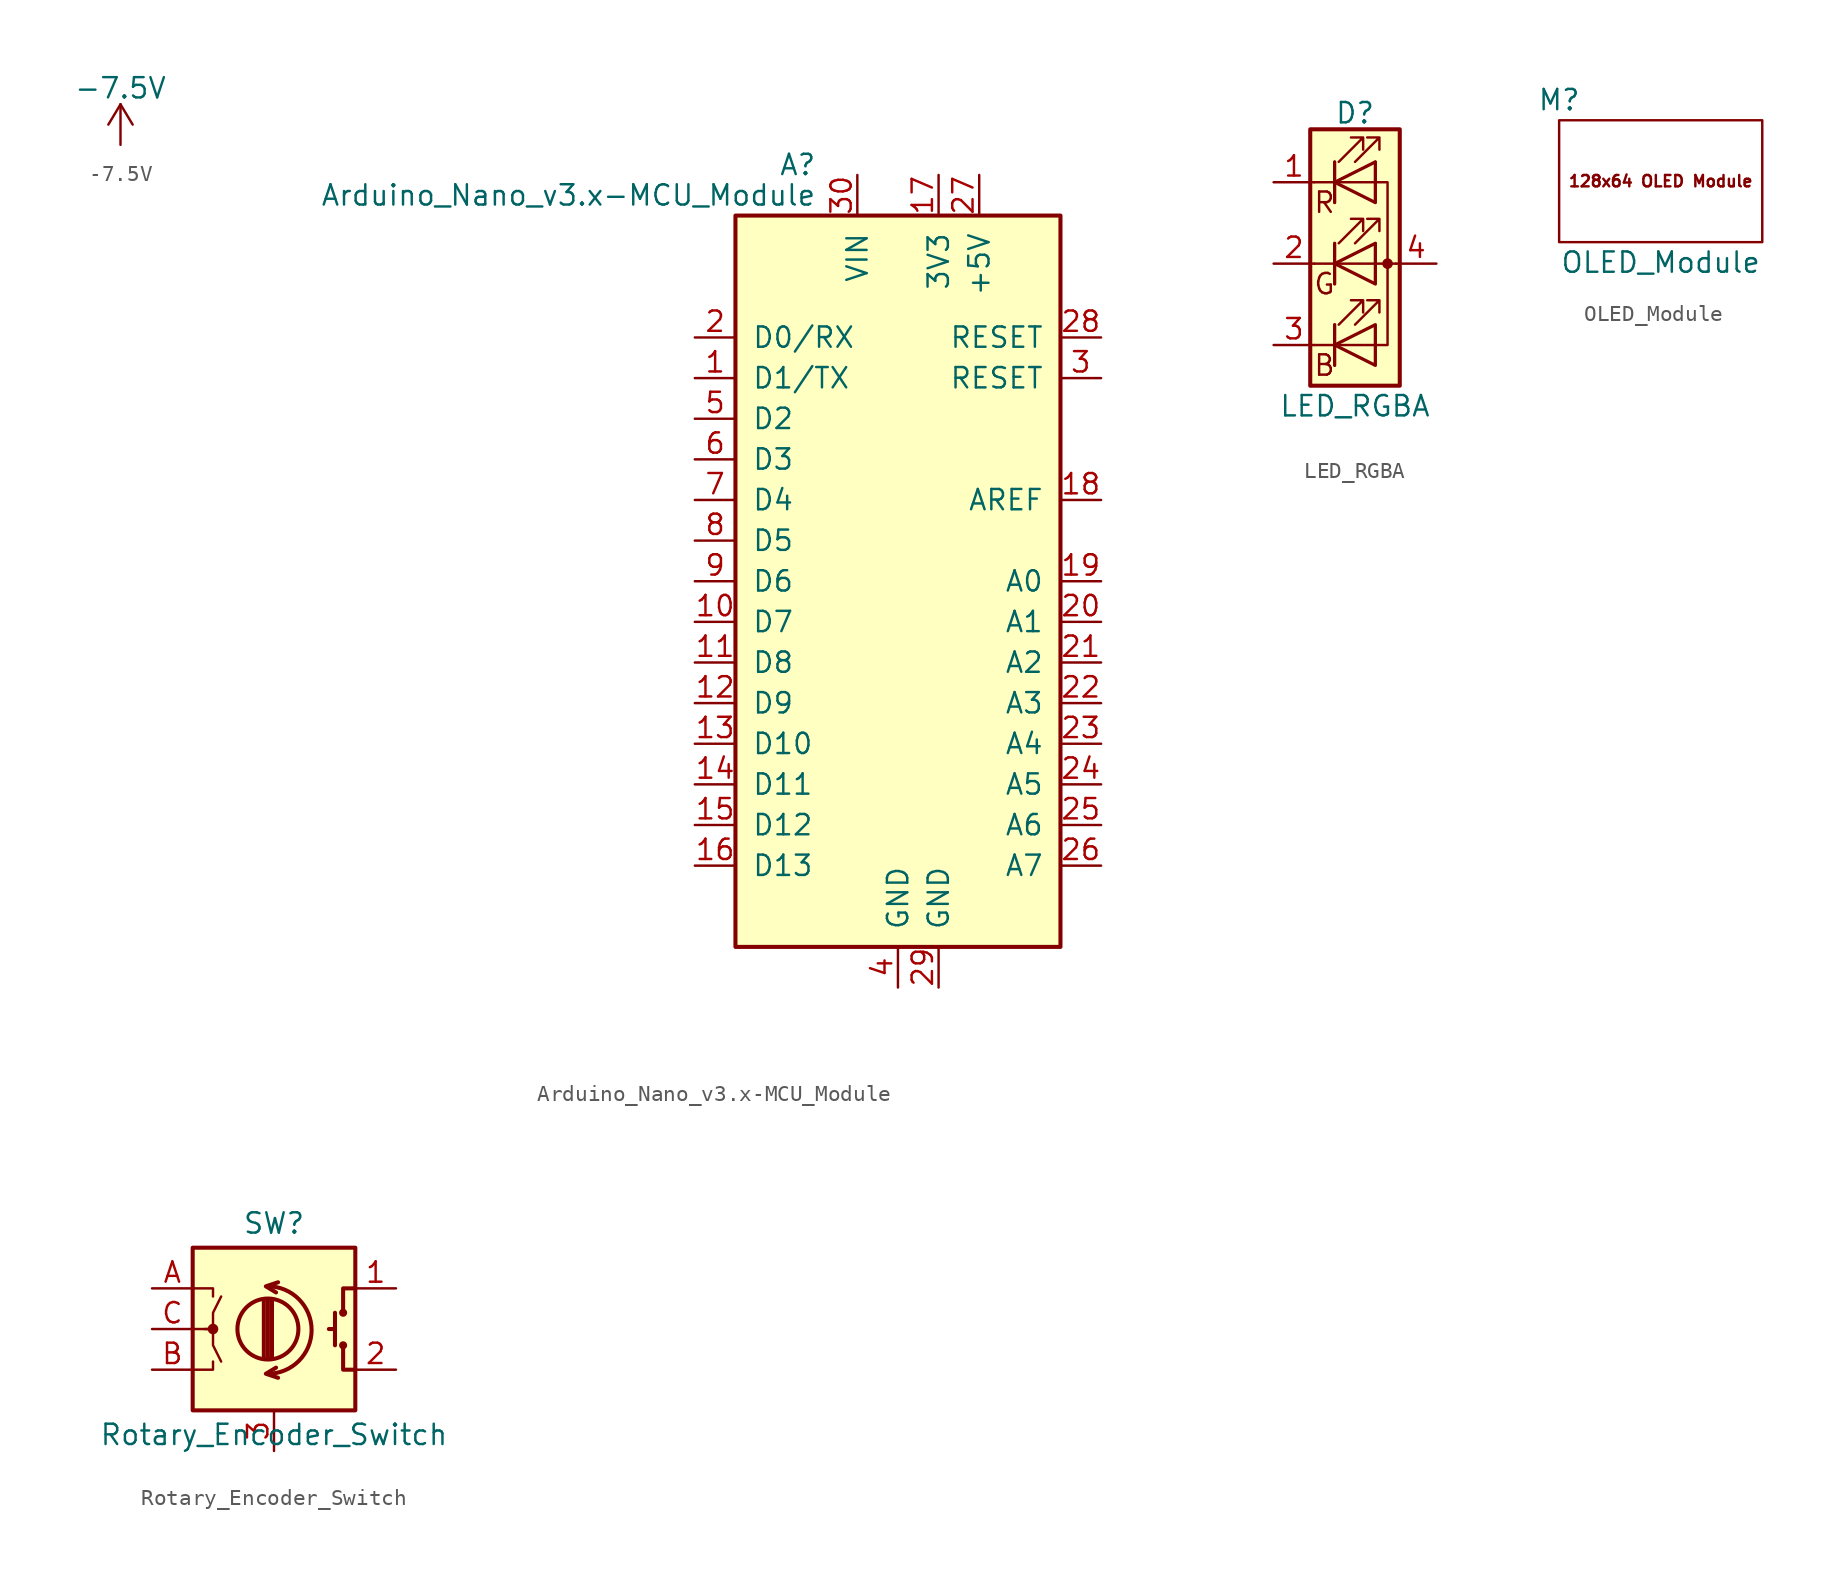
<source format=kicad_sym>
(kicad_symbol_lib
  (version 20211014)
  (generator kicad_symbol_editor)
  (symbol "-7.5V"
    (power)
    (pin_names
      (offset 0))
    (property "Reference" "#PWR"
      (at 0 -3.81 0)
      (effects (font (size 1.27 1.27)) hide))
    (property "Value" "-7.5V"
      (at 0 3.556 0)
      (effects (font (size 1.27 1.27))))
    (symbol "-7.5V_0_1"
      (polyline (pts (xy -0.762 1.27) (xy 0 2.54)) (stroke (width 0) (type default) (color 0 0 0 0)) (fill (type none)))
      (polyline (pts (xy 0 0) (xy 0 2.54)) (stroke (width 0) (type default) (color 0 0 0 0)) (fill (type none)))
      (polyline (pts (xy 0 2.54) (xy 0.762 1.27)) (stroke (width 0) (type default) (color 0 0 0 0)) (fill (type none))))
    (symbol "-7.5V_1_1"
      (pin power_in line (at 0 0 90) (length 0) hide (name "-7.5V" (effects (font (size 1.27 1.27)))) (number "1" (effects (font (size 1.27 1.27)))))))
  (symbol "Arduino_Nano_v3.x-MCU_Module"
    (pin_names
      (offset 1.016))
    (property "Reference" "A"
      (at -5.08 26.035 0)
      (effects (font (size 1.27 1.27)) (justify right)))
    (property "Value" "Arduino_Nano_v3.x-MCU_Module"
      (at -5.08 24.13 0)
      (effects (font (size 1.27 1.27)) (justify right)))
    (symbol "Arduino_Nano_v3.x-MCU_Module_0_1"
      (rectangle (start -10.16 22.86) (end 10.16 -22.86) (stroke (width 0.254) (type default) (color 0 0 0 0)) (fill (type background))))
    (symbol "Arduino_Nano_v3.x-MCU_Module_1_1"
      (pin bidirectional line (at -12.7 12.7 0) (length 2.54) (name "D1/TX" (effects (font (size 1.27 1.27)))) (number "1" (effects (font (size 1.27 1.27)))))
      (pin bidirectional line (at -12.7 -2.54 0) (length 2.54) (name "D7" (effects (font (size 1.27 1.27)))) (number "10" (effects (font (size 1.27 1.27)))))
      (pin bidirectional line (at -12.7 -5.08 0) (length 2.54) (name "D8" (effects (font (size 1.27 1.27)))) (number "11" (effects (font (size 1.27 1.27)))))
      (pin bidirectional line (at -12.7 -7.62 0) (length 2.54) (name "D9" (effects (font (size 1.27 1.27)))) (number "12" (effects (font (size 1.27 1.27)))))
      (pin bidirectional line (at -12.7 -10.16 0) (length 2.54) (name "D10" (effects (font (size 1.27 1.27)))) (number "13" (effects (font (size 1.27 1.27)))))
      (pin bidirectional line (at -12.7 -12.7 0) (length 2.54) (name "D11" (effects (font (size 1.27 1.27)))) (number "14" (effects (font (size 1.27 1.27)))))
      (pin bidirectional line (at -12.7 -15.24 0) (length 2.54) (name "D12" (effects (font (size 1.27 1.27)))) (number "15" (effects (font (size 1.27 1.27)))))
      (pin bidirectional line (at -12.7 -17.78 0) (length 2.54) (name "D13" (effects (font (size 1.27 1.27)))) (number "16" (effects (font (size 1.27 1.27)))))
      (pin power_out line (at 2.54 25.4 270) (length 2.54) (name "3V3" (effects (font (size 1.27 1.27)))) (number "17" (effects (font (size 1.27 1.27)))))
      (pin input line (at 12.7 5.08 180) (length 2.54) (name "AREF" (effects (font (size 1.27 1.27)))) (number "18" (effects (font (size 1.27 1.27)))))
      (pin bidirectional line (at 12.7 0 180) (length 2.54) (name "A0" (effects (font (size 1.27 1.27)))) (number "19" (effects (font (size 1.27 1.27)))))
      (pin bidirectional line (at -12.7 15.24 0) (length 2.54) (name "D0/RX" (effects (font (size 1.27 1.27)))) (number "2" (effects (font (size 1.27 1.27)))))
      (pin bidirectional line (at 12.7 -2.54 180) (length 2.54) (name "A1" (effects (font (size 1.27 1.27)))) (number "20" (effects (font (size 1.27 1.27)))))
      (pin bidirectional line (at 12.7 -5.08 180) (length 2.54) (name "A2" (effects (font (size 1.27 1.27)))) (number "21" (effects (font (size 1.27 1.27)))))
      (pin bidirectional line (at 12.7 -7.62 180) (length 2.54) (name "A3" (effects (font (size 1.27 1.27)))) (number "22" (effects (font (size 1.27 1.27)))))
      (pin bidirectional line (at 12.7 -10.16 180) (length 2.54) (name "A4" (effects (font (size 1.27 1.27)))) (number "23" (effects (font (size 1.27 1.27)))))
      (pin bidirectional line (at 12.7 -12.7 180) (length 2.54) (name "A5" (effects (font (size 1.27 1.27)))) (number "24" (effects (font (size 1.27 1.27)))))
      (pin bidirectional line (at 12.7 -15.24 180) (length 2.54) (name "A6" (effects (font (size 1.27 1.27)))) (number "25" (effects (font (size 1.27 1.27)))))
      (pin bidirectional line (at 12.7 -17.78 180) (length 2.54) (name "A7" (effects (font (size 1.27 1.27)))) (number "26" (effects (font (size 1.27 1.27)))))
      (pin power_out line (at 5.08 25.4 270) (length 2.54) (name "+5V" (effects (font (size 1.27 1.27)))) (number "27" (effects (font (size 1.27 1.27)))))
      (pin input line (at 12.7 15.24 180) (length 2.54) (name "RESET" (effects (font (size 1.27 1.27)))) (number "28" (effects (font (size 1.27 1.27)))))
      (pin power_in line (at 2.54 -25.4 90) (length 2.54) (name "GND" (effects (font (size 1.27 1.27)))) (number "29" (effects (font (size 1.27 1.27)))))
      (pin input line (at 12.7 12.7 180) (length 2.54) (name "RESET" (effects (font (size 1.27 1.27)))) (number "3" (effects (font (size 1.27 1.27)))))
      (pin power_in line (at -2.54 25.4 270) (length 2.54) (name "VIN" (effects (font (size 1.27 1.27)))) (number "30" (effects (font (size 1.27 1.27)))))
      (pin power_in line (at 0 -25.4 90) (length 2.54) (name "GND" (effects (font (size 1.27 1.27)))) (number "4" (effects (font (size 1.27 1.27)))))
      (pin bidirectional line (at -12.7 10.16 0) (length 2.54) (name "D2" (effects (font (size 1.27 1.27)))) (number "5" (effects (font (size 1.27 1.27)))))
      (pin bidirectional line (at -12.7 7.62 0) (length 2.54) (name "D3" (effects (font (size 1.27 1.27)))) (number "6" (effects (font (size 1.27 1.27)))))
      (pin bidirectional line (at -12.7 5.08 0) (length 2.54) (name "D4" (effects (font (size 1.27 1.27)))) (number "7" (effects (font (size 1.27 1.27)))))
      (pin bidirectional line (at -12.7 2.54 0) (length 2.54) (name "D5" (effects (font (size 1.27 1.27)))) (number "8" (effects (font (size 1.27 1.27)))))
      (pin bidirectional line (at -12.7 0 0) (length 2.54) (name "D6" (effects (font (size 1.27 1.27)))) (number "9" (effects (font (size 1.27 1.27)))))))
  (symbol "LED_RGBA"
    (pin_names
      (offset 0) hide)
    (property "Reference" "D"
      (at 0 9.398 0)
      (effects (font (size 1.27 1.27))))
    (property "Value" "LED_RGBA"
      (at 0 -8.89 0)
      (effects (font (size 1.27 1.27))))
    (symbol "LED_RGBA_0_0"
      (text "B" (at -1.905 -6.35 0) (effects (font (size 1.27 1.27))))
      (text "G" (at -1.905 -1.27 0) (effects (font (size 1.27 1.27))))
      (text "R" (at -1.905 3.81 0) (effects (font (size 1.27 1.27)))))
    (symbol "LED_RGBA_0_1"
      (polyline (pts (xy -1.27 -5.08) (xy -2.54 -5.08)) (stroke (width 0) (type default) (color 0 0 0 0)) (fill (type none)))
      (polyline (pts (xy -1.27 -5.08) (xy 1.27 -5.08)) (stroke (width 0) (type default) (color 0 0 0 0)) (fill (type none)))
      (polyline (pts (xy -1.27 -3.81) (xy -1.27 -6.35)) (stroke (width 0) (type default) (color 0 0 0 0)) (fill (type none)))
      (polyline (pts (xy -1.27 -3.81) (xy -1.27 -6.35)) (stroke (width 0.203) (type default) (color 0 0 0 0)) (fill (type none)))
      (polyline (pts (xy -1.27 0) (xy -2.54 0)) (stroke (width 0) (type default) (color 0 0 0 0)) (fill (type none)))
      (polyline (pts (xy -1.27 0) (xy 1.27 0)) (stroke (width 0) (type default) (color 0 0 0 0)) (fill (type none)))
      (polyline (pts (xy -1.27 1.27) (xy -1.27 -1.27)) (stroke (width 0.203) (type default) (color 0 0 0 0)) (fill (type none)))
      (polyline (pts (xy -1.27 5.08) (xy -2.54 5.08)) (stroke (width 0) (type default) (color 0 0 0 0)) (fill (type none)))
      (polyline (pts (xy -1.27 6.35) (xy -1.27 3.81)) (stroke (width 0.203) (type default) (color 0 0 0 0)) (fill (type none)))
      (polyline (pts (xy 1.27 0) (xy 2.54 0)) (stroke (width 0) (type default) (color 0 0 0 0)) (fill (type none)))
      (polyline (pts (xy 1.27 5.08) (xy -1.27 5.08)) (stroke (width 0) (type default) (color 0 0 0 0)) (fill (type none)))
      (polyline (pts (xy -1.27 1.27) (xy -1.27 -1.27) (xy -1.27 -1.27)) (stroke (width 0) (type default) (color 0 0 0 0)) (fill (type none)))
      (polyline (pts (xy -1.27 6.35) (xy -1.27 3.81) (xy -1.27 3.81)) (stroke (width 0) (type default) (color 0 0 0 0)) (fill (type none)))
      (polyline (pts (xy 1.27 -5.08) (xy 2.032 -5.08) (xy 2.032 5.08) (xy 1.27 5.08)) (stroke (width 0) (type default) (color 0 0 0 0)) (fill (type none)))
      (polyline (pts (xy 1.27 -3.81) (xy 1.27 -6.35) (xy -1.27 -5.08) (xy 1.27 -3.81)) (stroke (width 0.203) (type default) (color 0 0 0 0)) (fill (type none)))
      (polyline (pts (xy 1.27 1.27) (xy 1.27 -1.27) (xy -1.27 0) (xy 1.27 1.27)) (stroke (width 0.203) (type default) (color 0 0 0 0)) (fill (type none)))
      (polyline (pts (xy 1.27 6.35) (xy 1.27 3.81) (xy -1.27 5.08) (xy 1.27 6.35)) (stroke (width 0.203) (type default) (color 0 0 0 0)) (fill (type none)))
      (polyline (pts (xy -1.016 -3.81) (xy 0.508 -2.286) (xy -0.254 -2.286) (xy 0.508 -2.286) (xy 0.508 -3.048)) (stroke (width 0) (type default) (color 0 0 0 0)) (fill (type none)))
      (polyline (pts (xy -1.016 1.27) (xy 0.508 2.794) (xy -0.254 2.794) (xy 0.508 2.794) (xy 0.508 2.032)) (stroke (width 0) (type default) (color 0 0 0 0)) (fill (type none)))
      (polyline (pts (xy -1.016 6.35) (xy 0.508 7.874) (xy -0.254 7.874) (xy 0.508 7.874) (xy 0.508 7.112)) (stroke (width 0) (type default) (color 0 0 0 0)) (fill (type none)))
      (polyline (pts (xy 0 -3.81) (xy 1.524 -2.286) (xy 0.762 -2.286) (xy 1.524 -2.286) (xy 1.524 -3.048)) (stroke (width 0) (type default) (color 0 0 0 0)) (fill (type none)))
      (polyline (pts (xy 0 1.27) (xy 1.524 2.794) (xy 0.762 2.794) (xy 1.524 2.794) (xy 1.524 2.032)) (stroke (width 0) (type default) (color 0 0 0 0)) (fill (type none)))
      (polyline (pts (xy 0 6.35) (xy 1.524 7.874) (xy 0.762 7.874) (xy 1.524 7.874) (xy 1.524 7.112)) (stroke (width 0) (type default) (color 0 0 0 0)) (fill (type none)))
      (rectangle (start 1.27 -1.27) (end 1.27 1.27) (stroke (width 0) (type default) (color 0 0 0 0)) (fill (type none)))
      (rectangle (start 1.27 1.27) (end 1.27 1.27) (stroke (width 0) (type default) (color 0 0 0 0)) (fill (type none)))
      (rectangle (start 1.27 3.81) (end 1.27 6.35) (stroke (width 0) (type default) (color 0 0 0 0)) (fill (type none)))
      (rectangle (start 1.27 6.35) (end 1.27 6.35) (stroke (width 0) (type default) (color 0 0 0 0)) (fill (type none)))
      (circle (center 2.032 0) (radius 0.254) (stroke (width 0) (type default) (color 0 0 0 0)) (fill (type outline)))
      (rectangle (start 2.794 8.382) (end -2.794 -7.62) (stroke (width 0.254) (type default) (color 0 0 0 0)) (fill (type background))))
    (symbol "LED_RGBA_1_1"
      (pin passive line (at -5.08 5.08 0) (length 2.54) (name "RK" (effects (font (size 1.27 1.27)))) (number "1" (effects (font (size 1.27 1.27)))))
      (pin passive line (at -5.08 0 0) (length 2.54) (name "GK" (effects (font (size 1.27 1.27)))) (number "2" (effects (font (size 1.27 1.27)))))
      (pin passive line (at -5.08 -5.08 0) (length 2.54) (name "BK" (effects (font (size 1.27 1.27)))) (number "3" (effects (font (size 1.27 1.27)))))
      (pin passive line (at 5.08 0 180) (length 2.54) (name "A" (effects (font (size 1.27 1.27)))) (number "4" (effects (font (size 1.27 1.27)))))))
  (symbol "OLED_Module"
    (pin_names
      (offset 1.016))
    (property "Reference" "M"
      (at -6.35 10.16 0)
      (effects (font (size 1.27 1.27))))
    (property "Value" "OLED_Module"
      (at 0 0 0)
      (effects (font (size 1.27 1.27))))
    (symbol "OLED_Module_0_0"
      (text "128x64 OLED Module" (at 0 5.08 0) (effects (font (size 0.711 0.711)))))
    (symbol "OLED_Module_0_1"
      (rectangle (start -6.35 8.89) (end 6.35 1.27) (stroke (width 0) (type default) (color 0 0 0 0)) (fill (type none)))))
  (symbol "Rotary_Encoder_Switch"
    (pin_names
      (offset 0.254) hide)
    (property "Reference" "SW"
      (at 0 6.604 0)
      (effects (font (size 1.27 1.27))))
    (property "Value" "Rotary_Encoder_Switch"
      (at 0 -6.604 0)
      (effects (font (size 1.27 1.27))))
    (symbol "Rotary_Encoder_Switch_0_1"
      (rectangle (start -5.08 5.08) (end 5.08 -5.08) (stroke (width 0.254) (type default) (color 0 0 0 0)) (fill (type background)))
      (circle (center -3.81 0) (radius 0.254) (stroke (width 0) (type default) (color 0 0 0 0)) (fill (type outline)))
      (arc (start -0.381 -2.794) (mid 2.3622 -0.0635) (end -0.381 2.667) (stroke (width 0.254) (type default) (color 0 0 0 0)) (fill (type none)))
      (circle (center -0.381 0) (radius 1.905) (stroke (width 0.254) (type default) (color 0 0 0 0)) (fill (type none)))
      (polyline (pts (xy -0.635 -1.778) (xy -0.635 1.778)) (stroke (width 0.254) (type default) (color 0 0 0 0)) (fill (type none)))
      (polyline (pts (xy -0.381 -1.778) (xy -0.381 1.778)) (stroke (width 0.254) (type default) (color 0 0 0 0)) (fill (type none)))
      (polyline (pts (xy -0.127 1.778) (xy -0.127 -1.778)) (stroke (width 0.254) (type default) (color 0 0 0 0)) (fill (type none)))
      (polyline (pts (xy 3.81 0) (xy 3.429 0)) (stroke (width 0.254) (type default) (color 0 0 0 0)) (fill (type none)))
      (polyline (pts (xy 3.81 1.016) (xy 3.81 -1.016)) (stroke (width 0.254) (type default) (color 0 0 0 0)) (fill (type none)))
      (polyline (pts (xy -5.08 -2.54) (xy -3.81 -2.54) (xy -3.81 -2.032)) (stroke (width 0) (type default) (color 0 0 0 0)) (fill (type none)))
      (polyline (pts (xy -5.08 2.54) (xy -3.81 2.54) (xy -3.81 2.032)) (stroke (width 0) (type default) (color 0 0 0 0)) (fill (type none)))
      (polyline (pts (xy 0.254 -3.048) (xy -0.508 -2.794) (xy 0.127 -2.413)) (stroke (width 0.254) (type default) (color 0 0 0 0)) (fill (type none)))
      (polyline (pts (xy 0.254 2.921) (xy -0.508 2.667) (xy 0.127 2.286)) (stroke (width 0.254) (type default) (color 0 0 0 0)) (fill (type none)))
      (polyline (pts (xy 5.08 -2.54) (xy 4.318 -2.54) (xy 4.318 -1.016)) (stroke (width 0.254) (type default) (color 0 0 0 0)) (fill (type none)))
      (polyline (pts (xy 5.08 2.54) (xy 4.318 2.54) (xy 4.318 1.016)) (stroke (width 0.254) (type default) (color 0 0 0 0)) (fill (type none)))
      (polyline (pts (xy -5.08 0) (xy -3.81 0) (xy -3.81 -1.016) (xy -3.302 -2.032)) (stroke (width 0) (type default) (color 0 0 0 0)) (fill (type none)))
      (polyline (pts (xy -4.318 0) (xy -3.81 0) (xy -3.81 1.016) (xy -3.302 2.032)) (stroke (width 0) (type default) (color 0 0 0 0)) (fill (type none)))
      (circle (center 4.318 -1.016) (radius 0.127) (stroke (width 0.254) (type default) (color 0 0 0 0)) (fill (type none)))
      (circle (center 4.318 1.016) (radius 0.127) (stroke (width 0.254) (type default) (color 0 0 0 0)) (fill (type none))))
    (symbol "Rotary_Encoder_Switch_1_1"
      (pin passive line (at 7.62 2.54 180) (length 2.54) (name "S1" (effects (font (size 1.27 1.27)))) (number "1" (effects (font (size 1.27 1.27)))))
      (pin passive line (at 7.62 -2.54 180) (length 2.54) (name "S2" (effects (font (size 1.27 1.27)))) (number "2" (effects (font (size 1.27 1.27)))))
      (pin passive line (at 0 -7.62 90) (length 2.54) (name "GND" (effects (font (size 1.27 1.27)))) (number "3" (effects (font (size 1.27 1.27)))))
      (pin passive line (at -7.62 2.54 0) (length 2.54) (name "A" (effects (font (size 1.27 1.27)))) (number "A" (effects (font (size 1.27 1.27)))))
      (pin passive line (at -7.62 -2.54 0) (length 2.54) (name "B" (effects (font (size 1.27 1.27)))) (number "B" (effects (font (size 1.27 1.27)))))
      (pin passive line (at -7.62 0 0) (length 2.54) (name "C" (effects (font (size 1.27 1.27)))) (number "C" (effects (font (size 1.27 1.27))))))))
</source>
